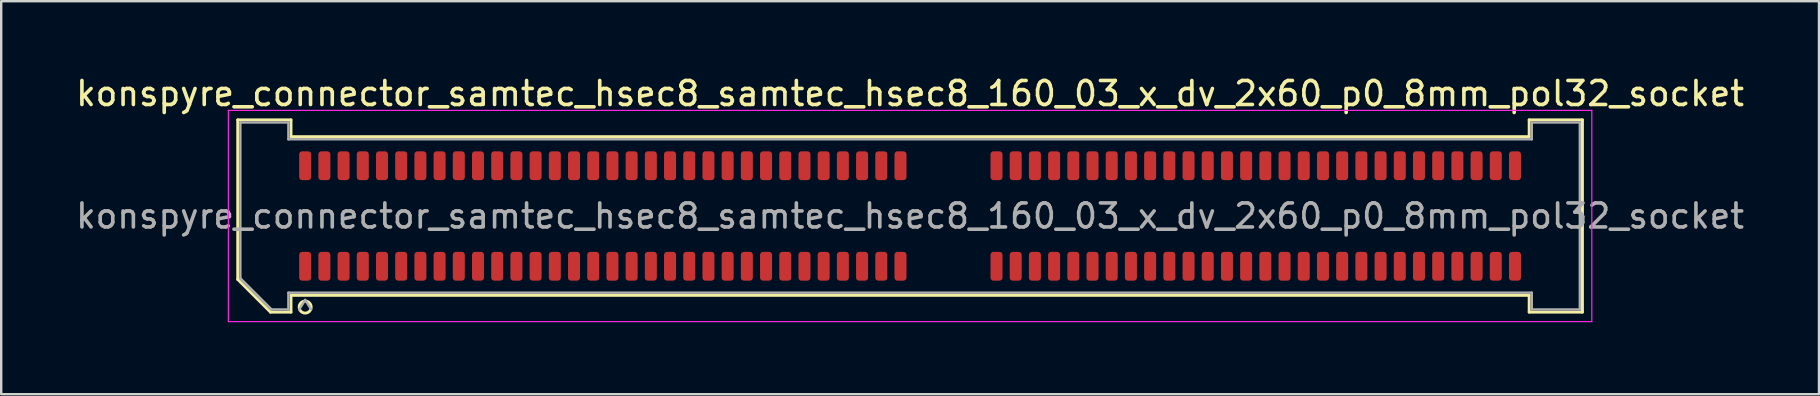
<source format=kicad_pcb>
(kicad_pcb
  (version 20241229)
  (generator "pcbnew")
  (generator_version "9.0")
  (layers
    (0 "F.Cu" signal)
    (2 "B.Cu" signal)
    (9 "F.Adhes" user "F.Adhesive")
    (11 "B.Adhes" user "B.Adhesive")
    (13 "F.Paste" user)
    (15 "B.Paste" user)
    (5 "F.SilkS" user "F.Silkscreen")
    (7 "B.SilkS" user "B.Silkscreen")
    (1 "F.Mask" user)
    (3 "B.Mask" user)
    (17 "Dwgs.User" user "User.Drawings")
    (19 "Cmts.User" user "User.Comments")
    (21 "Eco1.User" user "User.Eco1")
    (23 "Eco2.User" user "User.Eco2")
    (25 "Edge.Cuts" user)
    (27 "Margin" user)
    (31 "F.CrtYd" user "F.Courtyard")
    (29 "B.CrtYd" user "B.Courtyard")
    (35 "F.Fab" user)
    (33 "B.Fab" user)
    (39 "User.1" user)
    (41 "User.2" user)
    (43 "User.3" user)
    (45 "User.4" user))
  (footprint "konspyre_connector_samtec_hsec8_samtec_hsec8_160_03_x_dv_2x60_p0_8mm_pol32_socket"
    (layer "F.Cu")
    (at 34.863 5.948)
    (property "Reference" "konspyre_connector_samtec_hsec8_samtec_hsec8_160_03_x_dv_2x60_p0_8mm_pol32_socket" (at 0 -5.1 0) (layer "F.SilkS") (effects (font (size 1 1) (thickness 0.15))))
    (attr smd)
    (fp_line (start -28.01 -4.005) (end -25.79 -4.005) (stroke (width 0.12) (type solid)) (layer "F.SilkS"))
    (fp_line (start -28.01 2.641) (end -28.01 -4.005) (stroke (width 0.12) (type solid)) (layer "F.SilkS"))
    (fp_line (start -26.646 4.005) (end -28.01 2.641) (stroke (width 0.12) (type solid)) (layer "F.SilkS"))
    (fp_line (start -25.79 -4.005) (end -25.79 -3.305) (stroke (width 0.12) (type solid)) (layer "F.SilkS"))
    (fp_line (start -25.79 -3.305) (end 25.79 -3.305) (stroke (width 0.12) (type solid)) (layer "F.SilkS"))
    (fp_line (start -25.79 3.305) (end -25.79 4.005) (stroke (width 0.12) (type solid)) (layer "F.SilkS"))
    (fp_line (start -25.79 4.005) (end -26.646 4.005) (stroke (width 0.12) (type solid)) (layer "F.SilkS"))
    (fp_line (start 25.79 -4.005) (end 28.01 -4.005) (stroke (width 0.12) (type solid)) (layer "F.SilkS"))
    (fp_line (start 25.79 -3.305) (end 25.79 -4.005) (stroke (width 0.12) (type solid)) (layer "F.SilkS"))
    (fp_line (start 25.79 3.305) (end -25.79 3.305) (stroke (width 0.12) (type solid)) (layer "F.SilkS"))
    (fp_line (start 25.79 4.005) (end 25.79 3.305) (stroke (width 0.12) (type solid)) (layer "F.SilkS"))
    (fp_line (start 28.01 -4.005) (end 28.01 4.005) (stroke (width 0.12) (type solid)) (layer "F.SilkS"))
    (fp_line (start 28.01 4.005) (end 25.79 4.005) (stroke (width 0.12) (type solid)) (layer "F.SilkS"))
    (fp_arc (start -24.95 3.795) (mid -25.45 3.795) (end -24.95 3.795) (stroke (width 0.12) (type solid)) (layer "F.SilkS"))
    (fp_line (start -28.4 -4.4) (end -28.4 4.4) (stroke (width 0.05) (type solid)) (layer "F.CrtYd"))
    (fp_line (start -28.4 4.4) (end 28.4 4.4) (stroke (width 0.05) (type solid)) (layer "F.CrtYd"))
    (fp_line (start 28.4 -4.4) (end -28.4 -4.4) (stroke (width 0.05) (type solid)) (layer "F.CrtYd"))
    (fp_line (start 28.4 4.4) (end 28.4 -4.4) (stroke (width 0.05) (type solid)) (layer "F.CrtYd"))
    (fp_line (start -27.9 -3.895) (end -25.9 -3.895) (stroke (width 0.1) (type solid)) (layer "F.Fab"))
    (fp_line (start -27.9 2.595) (end -27.9 -3.895) (stroke (width 0.1) (type solid)) (layer "F.Fab"))
    (fp_line (start -26.6 3.895) (end -27.9 2.595) (stroke (width 0.1) (type solid)) (layer "F.Fab"))
    (fp_line (start -25.9 -3.895) (end -25.9 -3.195) (stroke (width 0.1) (type solid)) (layer "F.Fab"))
    (fp_line (start -25.9 -3.195) (end 25.9 -3.195) (stroke (width 0.1) (type solid)) (layer "F.Fab"))
    (fp_line (start -25.9 3.195) (end -25.9 3.895) (stroke (width 0.1) (type solid)) (layer "F.Fab"))
    (fp_line (start -25.9 3.895) (end -26.6 3.895) (stroke (width 0.1) (type solid)) (layer "F.Fab"))
    (fp_line (start -25.2 3.495) (end -25.45 3.895) (stroke (width 0.1) (type solid)) (layer "F.Fab"))
    (fp_line (start -25.2 3.495) (end -24.95 3.895) (stroke (width 0.1) (type solid)) (layer "F.Fab"))
    (fp_line (start 25.9 -3.895) (end 27.9 -3.895) (stroke (width 0.1) (type solid)) (layer "F.Fab"))
    (fp_line (start 25.9 -3.195) (end 25.9 -3.895) (stroke (width 0.1) (type solid)) (layer "F.Fab"))
    (fp_line (start 25.9 3.195) (end -25.9 3.195) (stroke (width 0.1) (type solid)) (layer "F.Fab"))
    (fp_line (start 25.9 3.895) (end 25.9 3.195) (stroke (width 0.1) (type solid)) (layer "F.Fab"))
    (fp_line (start 27.9 -3.895) (end 27.9 3.895) (stroke (width 0.1) (type solid)) (layer "F.Fab"))
    (fp_line (start 27.9 3.895) (end 25.9 3.895) (stroke (width 0.1) (type solid)) (layer "F.Fab"))
    (fp_text user "${REFERENCE}" (at 0 0 0) (layer "F.Fab") (effects (font (size 1 1) (thickness 0.15))))
    (pad "1" smd roundrect (at -25.2 2.095) (size 0.5 1.2) (layers "F.Cu" "F.Mask" "F.Paste") (roundrect_rratio 0.25))
    (pad "2" smd roundrect (at -25.2 -2.095) (size 0.5 1.2) (layers "F.Cu" "F.Mask" "F.Paste") (roundrect_rratio 0.25))
    (pad "3" smd roundrect (at -24.4 2.095) (size 0.5 1.2) (layers "F.Cu" "F.Mask" "F.Paste") (roundrect_rratio 0.25))
    (pad "4" smd roundrect (at -24.4 -2.095) (size 0.5 1.2) (layers "F.Cu" "F.Mask" "F.Paste") (roundrect_rratio 0.25))
    (pad "5" smd roundrect (at -23.6 2.095) (size 0.5 1.2) (layers "F.Cu" "F.Mask" "F.Paste") (roundrect_rratio 0.25))
    (pad "6" smd roundrect (at -23.6 -2.095) (size 0.5 1.2) (layers "F.Cu" "F.Mask" "F.Paste") (roundrect_rratio 0.25))
    (pad "7" smd roundrect (at -22.8 2.095) (size 0.5 1.2) (layers "F.Cu" "F.Mask" "F.Paste") (roundrect_rratio 0.25))
    (pad "8" smd roundrect (at -22.8 -2.095) (size 0.5 1.2) (layers "F.Cu" "F.Mask" "F.Paste") (roundrect_rratio 0.25))
    (pad "9" smd roundrect (at -22 2.095) (size 0.5 1.2) (layers "F.Cu" "F.Mask" "F.Paste") (roundrect_rratio 0.25))
    (pad "10" smd roundrect (at -22 -2.095) (size 0.5 1.2) (layers "F.Cu" "F.Mask" "F.Paste") (roundrect_rratio 0.25))
    (pad "11" smd roundrect (at -21.2 2.095) (size 0.5 1.2) (layers "F.Cu" "F.Mask" "F.Paste") (roundrect_rratio 0.25))
    (pad "12" smd roundrect (at -21.2 -2.095) (size 0.5 1.2) (layers "F.Cu" "F.Mask" "F.Paste") (roundrect_rratio 0.25))
    (pad "13" smd roundrect (at -20.4 2.095) (size 0.5 1.2) (layers "F.Cu" "F.Mask" "F.Paste") (roundrect_rratio 0.25))
    (pad "14" smd roundrect (at -20.4 -2.095) (size 0.5 1.2) (layers "F.Cu" "F.Mask" "F.Paste") (roundrect_rratio 0.25))
    (pad "15" smd roundrect (at -19.6 2.095) (size 0.5 1.2) (layers "F.Cu" "F.Mask" "F.Paste") (roundrect_rratio 0.25))
    (pad "16" smd roundrect (at -19.6 -2.095) (size 0.5 1.2) (layers "F.Cu" "F.Mask" "F.Paste") (roundrect_rratio 0.25))
    (pad "17" smd roundrect (at -18.8 2.095) (size 0.5 1.2) (layers "F.Cu" "F.Mask" "F.Paste") (roundrect_rratio 0.25))
    (pad "18" smd roundrect (at -18.8 -2.095) (size 0.5 1.2) (layers "F.Cu" "F.Mask" "F.Paste") (roundrect_rratio 0.25))
    (pad "19" smd roundrect (at -18 2.095) (size 0.5 1.2) (layers "F.Cu" "F.Mask" "F.Paste") (roundrect_rratio 0.25))
    (pad "20" smd roundrect (at -18 -2.095) (size 0.5 1.2) (layers "F.Cu" "F.Mask" "F.Paste") (roundrect_rratio 0.25))
    (pad "21" smd roundrect (at -17.2 2.095) (size 0.5 1.2) (layers "F.Cu" "F.Mask" "F.Paste") (roundrect_rratio 0.25))
    (pad "22" smd roundrect (at -17.2 -2.095) (size 0.5 1.2) (layers "F.Cu" "F.Mask" "F.Paste") (roundrect_rratio 0.25))
    (pad "23" smd roundrect (at -16.4 2.095) (size 0.5 1.2) (layers "F.Cu" "F.Mask" "F.Paste") (roundrect_rratio 0.25))
    (pad "24" smd roundrect (at -16.4 -2.095) (size 0.5 1.2) (layers "F.Cu" "F.Mask" "F.Paste") (roundrect_rratio 0.25))
    (pad "25" smd roundrect (at -15.6 2.095) (size 0.5 1.2) (layers "F.Cu" "F.Mask" "F.Paste") (roundrect_rratio 0.25))
    (pad "26" smd roundrect (at -15.6 -2.095) (size 0.5 1.2) (layers "F.Cu" "F.Mask" "F.Paste") (roundrect_rratio 0.25))
    (pad "27" smd roundrect (at -14.8 2.095) (size 0.5 1.2) (layers "F.Cu" "F.Mask" "F.Paste") (roundrect_rratio 0.25))
    (pad "28" smd roundrect (at -14.8 -2.095) (size 0.5 1.2) (layers "F.Cu" "F.Mask" "F.Paste") (roundrect_rratio 0.25))
    (pad "29" smd roundrect (at -14 2.095) (size 0.5 1.2) (layers "F.Cu" "F.Mask" "F.Paste") (roundrect_rratio 0.25))
    (pad "30" smd roundrect (at -14 -2.095) (size 0.5 1.2) (layers "F.Cu" "F.Mask" "F.Paste") (roundrect_rratio 0.25))
    (pad "31" smd roundrect (at -13.2 2.095) (size 0.5 1.2) (layers "F.Cu" "F.Mask" "F.Paste") (roundrect_rratio 0.25))
    (pad "32" smd roundrect (at -13.2 -2.095) (size 0.5 1.2) (layers "F.Cu" "F.Mask" "F.Paste") (roundrect_rratio 0.25))
    (pad "33" smd roundrect (at -12.4 2.095) (size 0.5 1.2) (layers "F.Cu" "F.Mask" "F.Paste") (roundrect_rratio 0.25))
    (pad "34" smd roundrect (at -12.4 -2.095) (size 0.5 1.2) (layers "F.Cu" "F.Mask" "F.Paste") (roundrect_rratio 0.25))
    (pad "35" smd roundrect (at -11.6 2.095) (size 0.5 1.2) (layers "F.Cu" "F.Mask" "F.Paste") (roundrect_rratio 0.25))
    (pad "36" smd roundrect (at -11.6 -2.095) (size 0.5 1.2) (layers "F.Cu" "F.Mask" "F.Paste") (roundrect_rratio 0.25))
    (pad "37" smd roundrect (at -10.8 2.095) (size 0.5 1.2) (layers "F.Cu" "F.Mask" "F.Paste") (roundrect_rratio 0.25))
    (pad "38" smd roundrect (at -10.8 -2.095) (size 0.5 1.2) (layers "F.Cu" "F.Mask" "F.Paste") (roundrect_rratio 0.25))
    (pad "39" smd roundrect (at -10 2.095) (size 0.5 1.2) (layers "F.Cu" "F.Mask" "F.Paste") (roundrect_rratio 0.25))
    (pad "40" smd roundrect (at -10 -2.095) (size 0.5 1.2) (layers "F.Cu" "F.Mask" "F.Paste") (roundrect_rratio 0.25))
    (pad "41" smd roundrect (at -9.2 2.095) (size 0.5 1.2) (layers "F.Cu" "F.Mask" "F.Paste") (roundrect_rratio 0.25))
    (pad "42" smd roundrect (at -9.2 -2.095) (size 0.5 1.2) (layers "F.Cu" "F.Mask" "F.Paste") (roundrect_rratio 0.25))
    (pad "43" smd roundrect (at -8.4 2.095) (size 0.5 1.2) (layers "F.Cu" "F.Mask" "F.Paste") (roundrect_rratio 0.25))
    (pad "44" smd roundrect (at -8.4 -2.095) (size 0.5 1.2) (layers "F.Cu" "F.Mask" "F.Paste") (roundrect_rratio 0.25))
    (pad "45" smd roundrect (at -7.6 2.095) (size 0.5 1.2) (layers "F.Cu" "F.Mask" "F.Paste") (roundrect_rratio 0.25))
    (pad "46" smd roundrect (at -7.6 -2.095) (size 0.5 1.2) (layers "F.Cu" "F.Mask" "F.Paste") (roundrect_rratio 0.25))
    (pad "47" smd roundrect (at -6.8 2.095) (size 0.5 1.2) (layers "F.Cu" "F.Mask" "F.Paste") (roundrect_rratio 0.25))
    (pad "48" smd roundrect (at -6.8 -2.095) (size 0.5 1.2) (layers "F.Cu" "F.Mask" "F.Paste") (roundrect_rratio 0.25))
    (pad "49" smd roundrect (at -6 2.095) (size 0.5 1.2) (layers "F.Cu" "F.Mask" "F.Paste") (roundrect_rratio 0.25))
    (pad "50" smd roundrect (at -6 -2.095) (size 0.5 1.2) (layers "F.Cu" "F.Mask" "F.Paste") (roundrect_rratio 0.25))
    (pad "51" smd roundrect (at -5.2 2.095) (size 0.5 1.2) (layers "F.Cu" "F.Mask" "F.Paste") (roundrect_rratio 0.25))
    (pad "52" smd roundrect (at -5.2 -2.095) (size 0.5 1.2) (layers "F.Cu" "F.Mask" "F.Paste") (roundrect_rratio 0.25))
    (pad "53" smd roundrect (at -4.4 2.095) (size 0.5 1.2) (layers "F.Cu" "F.Mask" "F.Paste") (roundrect_rratio 0.25))
    (pad "54" smd roundrect (at -4.4 -2.095) (size 0.5 1.2) (layers "F.Cu" "F.Mask" "F.Paste") (roundrect_rratio 0.25))
    (pad "55" smd roundrect (at -3.6 2.095) (size 0.5 1.2) (layers "F.Cu" "F.Mask" "F.Paste") (roundrect_rratio 0.25))
    (pad "56" smd roundrect (at -3.6 -2.095) (size 0.5 1.2) (layers "F.Cu" "F.Mask" "F.Paste") (roundrect_rratio 0.25))
    (pad "57" smd roundrect (at -2.8 2.095) (size 0.5 1.2) (layers "F.Cu" "F.Mask" "F.Paste") (roundrect_rratio 0.25))
    (pad "58" smd roundrect (at -2.8 -2.095) (size 0.5 1.2) (layers "F.Cu" "F.Mask" "F.Paste") (roundrect_rratio 0.25))
    (pad "59" smd roundrect (at -2 2.095) (size 0.5 1.2) (layers "F.Cu" "F.Mask" "F.Paste") (roundrect_rratio 0.25))
    (pad "60" smd roundrect (at -2 -2.095) (size 0.5 1.2) (layers "F.Cu" "F.Mask" "F.Paste") (roundrect_rratio 0.25))
    (pad "61" smd roundrect (at -1.2 2.095) (size 0.5 1.2) (layers "F.Cu" "F.Mask" "F.Paste") (roundrect_rratio 0.25))
    (pad "62" smd roundrect (at -1.2 -2.095) (size 0.5 1.2) (layers "F.Cu" "F.Mask" "F.Paste") (roundrect_rratio 0.25))
    (pad "63" smd roundrect (at -0.4 2.095) (size 0.5 1.2) (layers "F.Cu" "F.Mask" "F.Paste") (roundrect_rratio 0.25))
    (pad "64" smd roundrect (at -0.4 -2.095) (size 0.5 1.2) (layers "F.Cu" "F.Mask" "F.Paste") (roundrect_rratio 0.25))
    (pad "65" smd roundrect (at 3.6 2.095) (size 0.5 1.2) (layers "F.Cu" "F.Mask" "F.Paste") (roundrect_rratio 0.25))
    (pad "66" smd roundrect (at 3.6 -2.095) (size 0.5 1.2) (layers "F.Cu" "F.Mask" "F.Paste") (roundrect_rratio 0.25))
    (pad "67" smd roundrect (at 4.4 2.095) (size 0.5 1.2) (layers "F.Cu" "F.Mask" "F.Paste") (roundrect_rratio 0.25))
    (pad "68" smd roundrect (at 4.4 -2.095) (size 0.5 1.2) (layers "F.Cu" "F.Mask" "F.Paste") (roundrect_rratio 0.25))
    (pad "69" smd roundrect (at 5.2 2.095) (size 0.5 1.2) (layers "F.Cu" "F.Mask" "F.Paste") (roundrect_rratio 0.25))
    (pad "70" smd roundrect (at 5.2 -2.095) (size 0.5 1.2) (layers "F.Cu" "F.Mask" "F.Paste") (roundrect_rratio 0.25))
    (pad "71" smd roundrect (at 6 2.095) (size 0.5 1.2) (layers "F.Cu" "F.Mask" "F.Paste") (roundrect_rratio 0.25))
    (pad "72" smd roundrect (at 6 -2.095) (size 0.5 1.2) (layers "F.Cu" "F.Mask" "F.Paste") (roundrect_rratio 0.25))
    (pad "73" smd roundrect (at 6.8 2.095) (size 0.5 1.2) (layers "F.Cu" "F.Mask" "F.Paste") (roundrect_rratio 0.25))
    (pad "74" smd roundrect (at 6.8 -2.095) (size 0.5 1.2) (layers "F.Cu" "F.Mask" "F.Paste") (roundrect_rratio 0.25))
    (pad "75" smd roundrect (at 7.6 2.095) (size 0.5 1.2) (layers "F.Cu" "F.Mask" "F.Paste") (roundrect_rratio 0.25))
    (pad "76" smd roundrect (at 7.6 -2.095) (size 0.5 1.2) (layers "F.Cu" "F.Mask" "F.Paste") (roundrect_rratio 0.25))
    (pad "77" smd roundrect (at 8.4 2.095) (size 0.5 1.2) (layers "F.Cu" "F.Mask" "F.Paste") (roundrect_rratio 0.25))
    (pad "78" smd roundrect (at 8.4 -2.095) (size 0.5 1.2) (layers "F.Cu" "F.Mask" "F.Paste") (roundrect_rratio 0.25))
    (pad "79" smd roundrect (at 9.2 2.095) (size 0.5 1.2) (layers "F.Cu" "F.Mask" "F.Paste") (roundrect_rratio 0.25))
    (pad "80" smd roundrect (at 9.2 -2.095) (size 0.5 1.2) (layers "F.Cu" "F.Mask" "F.Paste") (roundrect_rratio 0.25))
    (pad "81" smd roundrect (at 10 2.095) (size 0.5 1.2) (layers "F.Cu" "F.Mask" "F.Paste") (roundrect_rratio 0.25))
    (pad "82" smd roundrect (at 10 -2.095) (size 0.5 1.2) (layers "F.Cu" "F.Mask" "F.Paste") (roundrect_rratio 0.25))
    (pad "83" smd roundrect (at 10.8 2.095) (size 0.5 1.2) (layers "F.Cu" "F.Mask" "F.Paste") (roundrect_rratio 0.25))
    (pad "84" smd roundrect (at 10.8 -2.095) (size 0.5 1.2) (layers "F.Cu" "F.Mask" "F.Paste") (roundrect_rratio 0.25))
    (pad "85" smd roundrect (at 11.6 2.095) (size 0.5 1.2) (layers "F.Cu" "F.Mask" "F.Paste") (roundrect_rratio 0.25))
    (pad "86" smd roundrect (at 11.6 -2.095) (size 0.5 1.2) (layers "F.Cu" "F.Mask" "F.Paste") (roundrect_rratio 0.25))
    (pad "87" smd roundrect (at 12.4 2.095) (size 0.5 1.2) (layers "F.Cu" "F.Mask" "F.Paste") (roundrect_rratio 0.25))
    (pad "88" smd roundrect (at 12.4 -2.095) (size 0.5 1.2) (layers "F.Cu" "F.Mask" "F.Paste") (roundrect_rratio 0.25))
    (pad "89" smd roundrect (at 13.2 2.095) (size 0.5 1.2) (layers "F.Cu" "F.Mask" "F.Paste") (roundrect_rratio 0.25))
    (pad "90" smd roundrect (at 13.2 -2.095) (size 0.5 1.2) (layers "F.Cu" "F.Mask" "F.Paste") (roundrect_rratio 0.25))
    (pad "91" smd roundrect (at 14 2.095) (size 0.5 1.2) (layers "F.Cu" "F.Mask" "F.Paste") (roundrect_rratio 0.25))
    (pad "92" smd roundrect (at 14 -2.095) (size 0.5 1.2) (layers "F.Cu" "F.Mask" "F.Paste") (roundrect_rratio 0.25))
    (pad "93" smd roundrect (at 14.8 2.095) (size 0.5 1.2) (layers "F.Cu" "F.Mask" "F.Paste") (roundrect_rratio 0.25))
    (pad "94" smd roundrect (at 14.8 -2.095) (size 0.5 1.2) (layers "F.Cu" "F.Mask" "F.Paste") (roundrect_rratio 0.25))
    (pad "95" smd roundrect (at 15.6 2.095) (size 0.5 1.2) (layers "F.Cu" "F.Mask" "F.Paste") (roundrect_rratio 0.25))
    (pad "96" smd roundrect (at 15.6 -2.095) (size 0.5 1.2) (layers "F.Cu" "F.Mask" "F.Paste") (roundrect_rratio 0.25))
    (pad "97" smd roundrect (at 16.4 2.095) (size 0.5 1.2) (layers "F.Cu" "F.Mask" "F.Paste") (roundrect_rratio 0.25))
    (pad "98" smd roundrect (at 16.4 -2.095) (size 0.5 1.2) (layers "F.Cu" "F.Mask" "F.Paste") (roundrect_rratio 0.25))
    (pad "99" smd roundrect (at 17.2 2.095) (size 0.5 1.2) (layers "F.Cu" "F.Mask" "F.Paste") (roundrect_rratio 0.25))
    (pad "100" smd roundrect (at 17.2 -2.095) (size 0.5 1.2) (layers "F.Cu" "F.Mask" "F.Paste") (roundrect_rratio 0.25))
    (pad "101" smd roundrect (at 18 2.095) (size 0.5 1.2) (layers "F.Cu" "F.Mask" "F.Paste") (roundrect_rratio 0.25))
    (pad "102" smd roundrect (at 18 -2.095) (size 0.5 1.2) (layers "F.Cu" "F.Mask" "F.Paste") (roundrect_rratio 0.25))
    (pad "103" smd roundrect (at 18.8 2.095) (size 0.5 1.2) (layers "F.Cu" "F.Mask" "F.Paste") (roundrect_rratio 0.25))
    (pad "104" smd roundrect (at 18.8 -2.095) (size 0.5 1.2) (layers "F.Cu" "F.Mask" "F.Paste") (roundrect_rratio 0.25))
    (pad "105" smd roundrect (at 19.6 2.095) (size 0.5 1.2) (layers "F.Cu" "F.Mask" "F.Paste") (roundrect_rratio 0.25))
    (pad "106" smd roundrect (at 19.6 -2.095) (size 0.5 1.2) (layers "F.Cu" "F.Mask" "F.Paste") (roundrect_rratio 0.25))
    (pad "107" smd roundrect (at 20.4 2.095) (size 0.5 1.2) (layers "F.Cu" "F.Mask" "F.Paste") (roundrect_rratio 0.25))
    (pad "108" smd roundrect (at 20.4 -2.095) (size 0.5 1.2) (layers "F.Cu" "F.Mask" "F.Paste") (roundrect_rratio 0.25))
    (pad "109" smd roundrect (at 21.2 2.095) (size 0.5 1.2) (layers "F.Cu" "F.Mask" "F.Paste") (roundrect_rratio 0.25))
    (pad "110" smd roundrect (at 21.2 -2.095) (size 0.5 1.2) (layers "F.Cu" "F.Mask" "F.Paste") (roundrect_rratio 0.25))
    (pad "111" smd roundrect (at 22 2.095) (size 0.5 1.2) (layers "F.Cu" "F.Mask" "F.Paste") (roundrect_rratio 0.25))
    (pad "112" smd roundrect (at 22 -2.095) (size 0.5 1.2) (layers "F.Cu" "F.Mask" "F.Paste") (roundrect_rratio 0.25))
    (pad "113" smd roundrect (at 22.8 2.095) (size 0.5 1.2) (layers "F.Cu" "F.Mask" "F.Paste") (roundrect_rratio 0.25))
    (pad "114" smd roundrect (at 22.8 -2.095) (size 0.5 1.2) (layers "F.Cu" "F.Mask" "F.Paste") (roundrect_rratio 0.25))
    (pad "115" smd roundrect (at 23.6 2.095) (size 0.5 1.2) (layers "F.Cu" "F.Mask" "F.Paste") (roundrect_rratio 0.25))
    (pad "116" smd roundrect (at 23.6 -2.095) (size 0.5 1.2) (layers "F.Cu" "F.Mask" "F.Paste") (roundrect_rratio 0.25))
    (pad "117" smd roundrect (at 24.4 2.095) (size 0.5 1.2) (layers "F.Cu" "F.Mask" "F.Paste") (roundrect_rratio 0.25))
    (pad "118" smd roundrect (at 24.4 -2.095) (size 0.5 1.2) (layers "F.Cu" "F.Mask" "F.Paste") (roundrect_rratio 0.25))
    (pad "119" smd roundrect (at 25.2 2.095) (size 0.5 1.2) (layers "F.Cu" "F.Mask" "F.Paste") (roundrect_rratio 0.25))
    (pad "120" smd roundrect (at 25.2 -2.095) (size 0.5 1.2) (layers "F.Cu" "F.Mask" "F.Paste") (roundrect_rratio 0.25)))
  (gr_rect
    (start -3 -3)
    (end 72.726 13.373)
    (stroke (width 0.1) (type default))
    (fill no)
    (layer "Edge.Cuts")))
</source>
